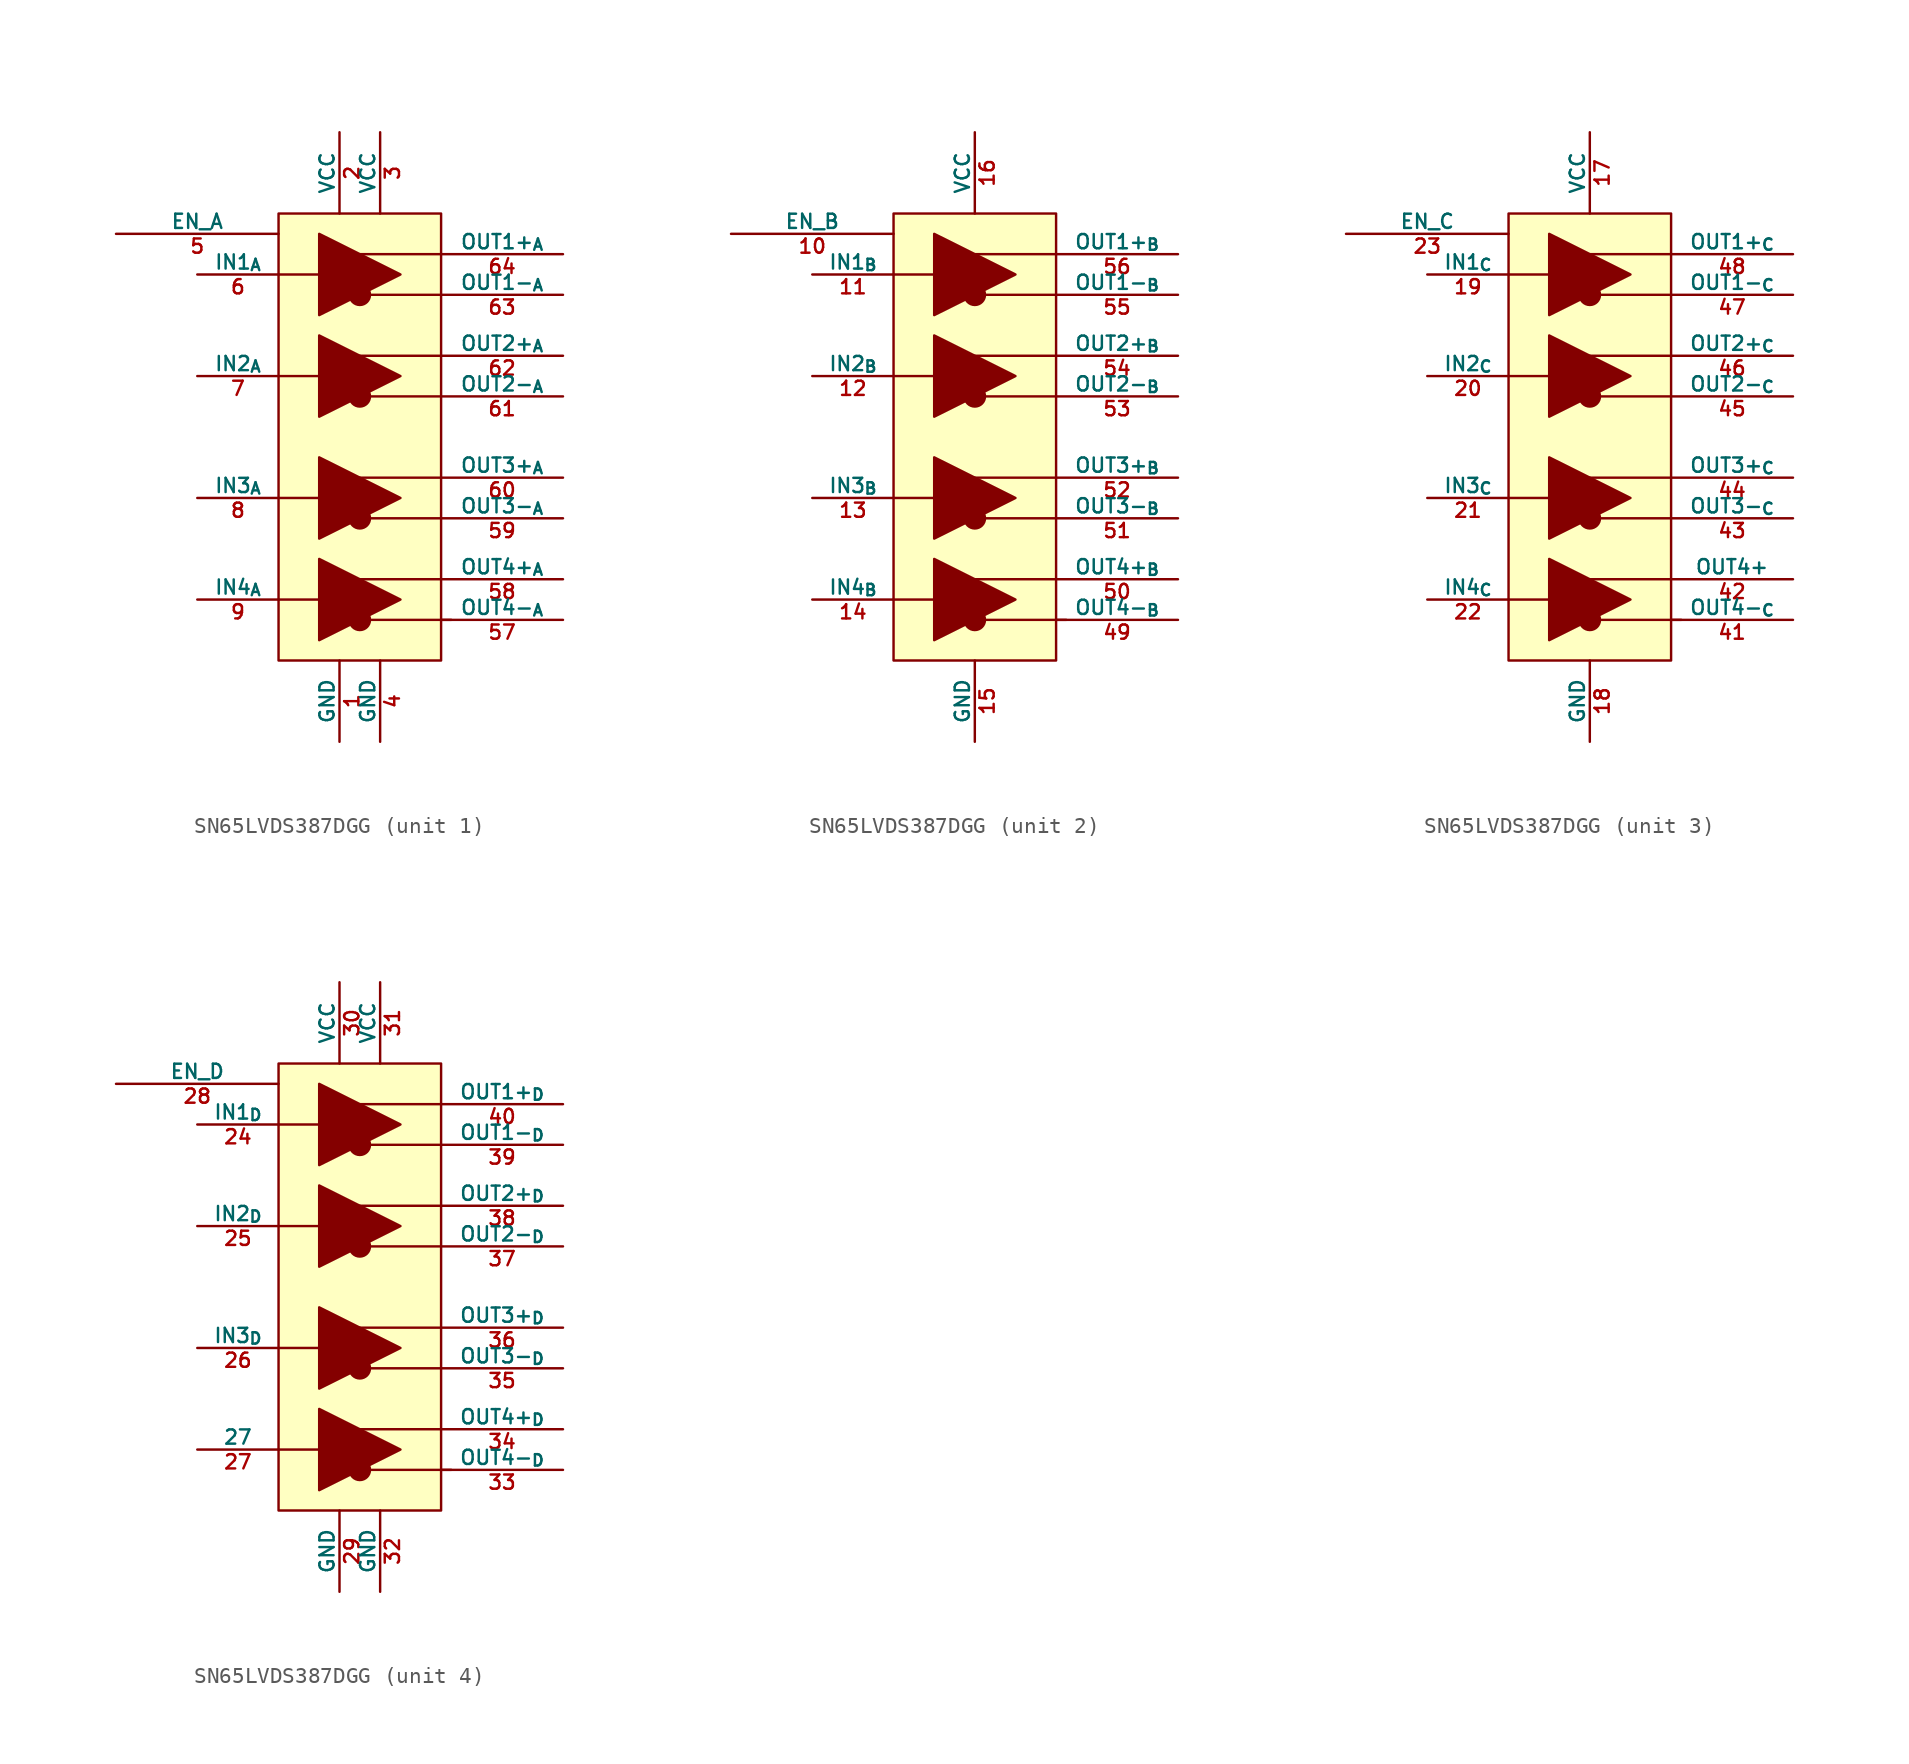
<source format=kicad_sym>
(kicad_symbol_lib
  (version 20241209)
  (generator "kicad_symbol_editor")
  (generator_version "9.0")
  (symbol "SN65LVDS387DGG"
    (pin_names
      (offset 0))
    (property "Reference" "U27"
      (at 20.32 6.35 0)
      (effects (font (size 1.27 1.27)) (justify left) (hide yes)))
    (property "ki_locked" ""
      (at 0 0 0)
      (effects (font (size 1.27 1.27))))
    (symbol "SN65LVDS387DGG_1_1"
      (rectangle (start -5.08 13.97) (end 5.08 -13.97) (stroke (width 0) (type default)) (fill (type background)))
      (polyline (pts (xy -2.54 12.7) (xy -2.54 7.62) (xy 2.54 10.16) (xy -2.54 12.7)) (stroke (width 0) (type default)) (fill (type outline)))
      (polyline (pts (xy -2.54 6.35) (xy -2.54 1.27) (xy 2.54 3.81) (xy -2.54 6.35)) (stroke (width 0) (type default)) (fill (type outline)))
      (polyline (pts (xy -2.54 -1.27) (xy -2.54 -6.35) (xy 2.54 -3.81) (xy -2.54 -1.27)) (stroke (width 0) (type default)) (fill (type outline)))
      (polyline (pts (xy -2.54 -7.62) (xy -2.54 -12.7) (xy 2.54 -10.16) (xy -2.54 -7.62)) (stroke (width 0) (type default)) (fill (type outline)))
      (polyline (pts (xy -1.27 10.16) (xy -5.08 10.16)) (stroke (width 0) (type default)) (fill (type none)))
      (polyline (pts (xy -1.27 3.81) (xy -5.08 3.81)) (stroke (width 0) (type default)) (fill (type none)))
      (polyline (pts (xy -1.27 -3.81) (xy -5.08 -3.81)) (stroke (width 0) (type default)) (fill (type none)))
      (polyline (pts (xy -1.27 -10.16) (xy -5.08 -10.16)) (stroke (width 0) (type default)) (fill (type none)))
      (circle (center 0 8.89) (radius 0.635) (stroke (width 0) (type default)) (fill (type outline)))
      (polyline (pts (xy 0 8.89) (xy 5.08 8.89)) (stroke (width 0) (type default)) (fill (type none)))
      (circle (center 0 2.54) (radius 0.635) (stroke (width 0) (type default)) (fill (type outline)))
      (polyline (pts (xy 0 2.54) (xy 5.08 2.54)) (stroke (width 0) (type default)) (fill (type none)))
      (polyline (pts (xy 0 -5.08) (xy 5.08 -5.08)) (stroke (width 0) (type default)) (fill (type none)))
      (circle (center 0 -5.08) (radius 0.635) (stroke (width 0) (type default)) (fill (type outline)))
      (polyline (pts (xy 0 -11.43) (xy 5.715 -11.43)) (stroke (width 0) (type default)) (fill (type none)))
      (circle (center 0 -11.43) (radius 0.635) (stroke (width 0) (type default)) (fill (type outline)))
      (polyline (pts (xy 5.08 11.43) (xy 0 11.43)) (stroke (width 0) (type default)) (fill (type none)))
      (polyline (pts (xy 5.08 5.08) (xy -1.27 5.08)) (stroke (width 0) (type default)) (fill (type none)))
      (polyline (pts (xy 5.08 -2.54) (xy -0.635 -2.54)) (stroke (width 0) (type default)) (fill (type none)))
      (polyline (pts (xy 5.08 -8.89) (xy 0 -8.89)) (stroke (width 0) (type default)) (fill (type none)))
      (pin input line (at -15.24 12.7 0) (length 10.16) (name "EN_A" (effects (font (size 0.889 0.889)))) (number "5" (effects (font (size 0.889 0.889)))))
      (pin input line (at -10.16 10.16 0) (length 5.08) (name "IN1_{A}" (effects (font (size 0.889 0.889)))) (number "6" (effects (font (size 0.889 0.889)))))
      (pin input line (at -10.16 3.81 0) (length 5.08) (name "IN2_{A}" (effects (font (size 0.889 0.889)))) (number "7" (effects (font (size 0.889 0.889)))))
      (pin input line (at -10.16 -3.81 0) (length 5.08) (name "IN3_{A}" (effects (font (size 0.889 0.889)))) (number "8" (effects (font (size 0.889 0.889)))))
      (pin input line (at -10.16 -10.16 0) (length 5.08) (name "IN4_{A}" (effects (font (size 0.889 0.889)))) (number "9" (effects (font (size 0.889 0.889)))))
      (pin power_in line (at -1.27 19.05 270) (length 5.08) (name "VCC" (effects (font (size 0.889 0.889)))) (number "2" (effects (font (size 0.889 0.889)))))
      (pin power_in line (at -1.27 -19.05 90) (length 5.08) (name "GND" (effects (font (size 0.889 0.889)))) (number "1" (effects (font (size 0.889 0.889)))))
      (pin power_in line (at 1.27 19.05 270) (length 5.08) (name "VCC" (effects (font (size 0.889 0.889)))) (number "3" (effects (font (size 0.889 0.889)))))
      (pin power_in line (at 1.27 -19.05 90) (length 5.08) (name "GND" (effects (font (size 0.889 0.889)))) (number "4" (effects (font (size 0.889 0.889)))))
      (pin output line (at 12.7 11.43 180) (length 7.62) (name "OUT1+_{A}" (effects (font (size 0.889 0.889)))) (number "64" (effects (font (size 0.889 0.889)))))
      (pin output line (at 12.7 8.89 180) (length 7.62) (name "OUT1-_{A}" (effects (font (size 0.889 0.889)))) (number "63" (effects (font (size 0.889 0.889)))))
      (pin output line (at 12.7 5.08 180) (length 7.62) (name "OUT2+_{A}" (effects (font (size 0.889 0.889)))) (number "62" (effects (font (size 0.889 0.889)))))
      (pin output line (at 12.7 2.54 180) (length 7.62) (name "OUT2-_{A}" (effects (font (size 0.889 0.889)))) (number "61" (effects (font (size 0.889 0.889)))))
      (pin output line (at 12.7 -2.54 180) (length 7.62) (name "OUT3+_{A}" (effects (font (size 0.889 0.889)))) (number "60" (effects (font (size 0.889 0.889)))))
      (pin output line (at 12.7 -5.08 180) (length 7.62) (name "OUT3-_{A}" (effects (font (size 0.889 0.889)))) (number "59" (effects (font (size 0.889 0.889)))))
      (pin output line (at 12.7 -8.89 180) (length 7.62) (name "OUT4+_{A}" (effects (font (size 0.889 0.889)))) (number "58" (effects (font (size 0.889 0.889)))))
      (pin output line (at 12.7 -11.43 180) (length 7.62) (name "OUT4-_{A}" (effects (font (size 0.889 0.889)))) (number "57" (effects (font (size 0.889 0.889))))))
    (symbol "SN65LVDS387DGG_2_1"
      (rectangle (start -5.08 13.97) (end 5.08 -13.97) (stroke (width 0) (type default)) (fill (type background)))
      (polyline (pts (xy -2.54 12.7) (xy -2.54 7.62) (xy 2.54 10.16) (xy -2.54 12.7)) (stroke (width 0) (type default)) (fill (type outline)))
      (polyline (pts (xy -2.54 6.35) (xy -2.54 1.27) (xy 2.54 3.81) (xy -2.54 6.35)) (stroke (width 0) (type default)) (fill (type outline)))
      (polyline (pts (xy -2.54 -1.27) (xy -2.54 -6.35) (xy 2.54 -3.81) (xy -2.54 -1.27)) (stroke (width 0) (type default)) (fill (type outline)))
      (polyline (pts (xy -2.54 -7.62) (xy -2.54 -12.7) (xy 2.54 -10.16) (xy -2.54 -7.62)) (stroke (width 0) (type default)) (fill (type outline)))
      (polyline (pts (xy -1.27 10.16) (xy -5.08 10.16)) (stroke (width 0) (type default)) (fill (type none)))
      (polyline (pts (xy -1.27 3.81) (xy -5.08 3.81)) (stroke (width 0) (type default)) (fill (type none)))
      (polyline (pts (xy -1.27 -3.81) (xy -5.08 -3.81)) (stroke (width 0) (type default)) (fill (type none)))
      (polyline (pts (xy -1.27 -10.16) (xy -5.08 -10.16)) (stroke (width 0) (type default)) (fill (type none)))
      (circle (center 0 8.89) (radius 0.635) (stroke (width 0) (type default)) (fill (type outline)))
      (polyline (pts (xy 0 8.89) (xy 5.08 8.89)) (stroke (width 0) (type default)) (fill (type none)))
      (circle (center 0 2.54) (radius 0.635) (stroke (width 0) (type default)) (fill (type outline)))
      (polyline (pts (xy 0 2.54) (xy 5.08 2.54)) (stroke (width 0) (type default)) (fill (type none)))
      (polyline (pts (xy 0 -5.08) (xy 5.08 -5.08)) (stroke (width 0) (type default)) (fill (type none)))
      (circle (center 0 -5.08) (radius 0.635) (stroke (width 0) (type default)) (fill (type outline)))
      (polyline (pts (xy 0 -11.43) (xy 5.715 -11.43)) (stroke (width 0) (type default)) (fill (type none)))
      (circle (center 0 -11.43) (radius 0.635) (stroke (width 0) (type default)) (fill (type outline)))
      (polyline (pts (xy 5.08 11.43) (xy 0 11.43)) (stroke (width 0) (type default)) (fill (type none)))
      (polyline (pts (xy 5.08 5.08) (xy -1.27 5.08)) (stroke (width 0) (type default)) (fill (type none)))
      (polyline (pts (xy 5.08 -2.54) (xy -0.635 -2.54)) (stroke (width 0) (type default)) (fill (type none)))
      (polyline (pts (xy 5.08 -8.89) (xy 0 -8.89)) (stroke (width 0) (type default)) (fill (type none)))
      (pin input line (at -15.24 12.7 0) (length 10.16) (name "EN_B" (effects (font (size 0.889 0.889)))) (number "10" (effects (font (size 0.889 0.889)))))
      (pin input line (at -10.16 10.16 0) (length 5.08) (name "IN1_{B}" (effects (font (size 0.889 0.889)))) (number "11" (effects (font (size 0.889 0.889)))))
      (pin input line (at -10.16 3.81 0) (length 5.08) (name "IN2_{B}" (effects (font (size 0.889 0.889)))) (number "12" (effects (font (size 0.889 0.889)))))
      (pin input line (at -10.16 -3.81 0) (length 5.08) (name "IN3_{B}" (effects (font (size 0.889 0.889)))) (number "13" (effects (font (size 0.889 0.889)))))
      (pin input line (at -10.16 -10.16 0) (length 5.08) (name "IN4_{B}" (effects (font (size 0.889 0.889)))) (number "14" (effects (font (size 0.889 0.889)))))
      (pin power_in line (at 0 19.05 270) (length 5.08) (name "VCC" (effects (font (size 0.889 0.889)))) (number "16" (effects (font (size 0.889 0.889)))))
      (pin power_in line (at 0 -19.05 90) (length 5.08) (name "GND" (effects (font (size 0.889 0.889)))) (number "15" (effects (font (size 0.889 0.889)))))
      (pin output line (at 12.7 11.43 180) (length 7.62) (name "OUT1+_{B}" (effects (font (size 0.889 0.889)))) (number "56" (effects (font (size 0.889 0.889)))))
      (pin output line (at 12.7 8.89 180) (length 7.62) (name "OUT1-_{B}" (effects (font (size 0.889 0.889)))) (number "55" (effects (font (size 0.889 0.889)))))
      (pin output line (at 12.7 5.08 180) (length 7.62) (name "OUT2+_{B}" (effects (font (size 0.889 0.889)))) (number "54" (effects (font (size 0.889 0.889)))))
      (pin output line (at 12.7 2.54 180) (length 7.62) (name "OUT2-_{B}" (effects (font (size 0.889 0.889)))) (number "53" (effects (font (size 0.889 0.889)))))
      (pin output line (at 12.7 -2.54 180) (length 7.62) (name "OUT3+_{B}" (effects (font (size 0.889 0.889)))) (number "52" (effects (font (size 0.889 0.889)))))
      (pin output line (at 12.7 -5.08 180) (length 7.62) (name "OUT3-_{B}" (effects (font (size 0.889 0.889)))) (number "51" (effects (font (size 0.889 0.889)))))
      (pin output line (at 12.7 -8.89 180) (length 7.62) (name "OUT4+_{B}" (effects (font (size 0.889 0.889)))) (number "50" (effects (font (size 0.889 0.889)))))
      (pin output line (at 12.7 -11.43 180) (length 7.62) (name "OUT4-_{B}" (effects (font (size 0.889 0.889)))) (number "49" (effects (font (size 0.889 0.889))))))
    (symbol "SN65LVDS387DGG_3_1"
      (rectangle (start -5.08 13.97) (end 5.08 -13.97) (stroke (width 0) (type default)) (fill (type background)))
      (polyline (pts (xy -2.54 12.7) (xy -2.54 7.62) (xy 2.54 10.16) (xy -2.54 12.7)) (stroke (width 0) (type default)) (fill (type outline)))
      (polyline (pts (xy -2.54 6.35) (xy -2.54 1.27) (xy 2.54 3.81) (xy -2.54 6.35)) (stroke (width 0) (type default)) (fill (type outline)))
      (polyline (pts (xy -2.54 -1.27) (xy -2.54 -6.35) (xy 2.54 -3.81) (xy -2.54 -1.27)) (stroke (width 0) (type default)) (fill (type outline)))
      (polyline (pts (xy -2.54 -7.62) (xy -2.54 -12.7) (xy 2.54 -10.16) (xy -2.54 -7.62)) (stroke (width 0) (type default)) (fill (type outline)))
      (polyline (pts (xy -1.27 10.16) (xy -5.08 10.16)) (stroke (width 0) (type default)) (fill (type none)))
      (polyline (pts (xy -1.27 3.81) (xy -5.08 3.81)) (stroke (width 0) (type default)) (fill (type none)))
      (polyline (pts (xy -1.27 -3.81) (xy -5.08 -3.81)) (stroke (width 0) (type default)) (fill (type none)))
      (polyline (pts (xy -1.27 -10.16) (xy -5.08 -10.16)) (stroke (width 0) (type default)) (fill (type none)))
      (circle (center 0 8.89) (radius 0.635) (stroke (width 0) (type default)) (fill (type outline)))
      (polyline (pts (xy 0 8.89) (xy 5.08 8.89)) (stroke (width 0) (type default)) (fill (type none)))
      (circle (center 0 2.54) (radius 0.635) (stroke (width 0) (type default)) (fill (type outline)))
      (polyline (pts (xy 0 2.54) (xy 5.08 2.54)) (stroke (width 0) (type default)) (fill (type none)))
      (polyline (pts (xy 0 -5.08) (xy 5.08 -5.08)) (stroke (width 0) (type default)) (fill (type none)))
      (circle (center 0 -5.08) (radius 0.635) (stroke (width 0) (type default)) (fill (type outline)))
      (polyline (pts (xy 0 -11.43) (xy 5.715 -11.43)) (stroke (width 0) (type default)) (fill (type none)))
      (circle (center 0 -11.43) (radius 0.635) (stroke (width 0) (type default)) (fill (type outline)))
      (polyline (pts (xy 5.08 11.43) (xy 0 11.43)) (stroke (width 0) (type default)) (fill (type none)))
      (polyline (pts (xy 5.08 5.08) (xy -1.27 5.08)) (stroke (width 0) (type default)) (fill (type none)))
      (polyline (pts (xy 5.08 -2.54) (xy -0.635 -2.54)) (stroke (width 0) (type default)) (fill (type none)))
      (polyline (pts (xy 5.08 -8.89) (xy 0 -8.89)) (stroke (width 0) (type default)) (fill (type none)))
      (pin input line (at -15.24 12.7 0) (length 10.16) (name "EN_C" (effects (font (size 0.889 0.889)))) (number "23" (effects (font (size 0.889 0.889)))))
      (pin input line (at -10.16 10.16 0) (length 5.08) (name "IN1_{C}" (effects (font (size 0.889 0.889)))) (number "19" (effects (font (size 0.889 0.889)))))
      (pin input line (at -10.16 3.81 0) (length 5.08) (name "IN2_{C}" (effects (font (size 0.889 0.889)))) (number "20" (effects (font (size 0.889 0.889)))))
      (pin input line (at -10.16 -3.81 0) (length 5.08) (name "IN3_{C}" (effects (font (size 0.889 0.889)))) (number "21" (effects (font (size 0.889 0.889)))))
      (pin input line (at -10.16 -10.16 0) (length 5.08) (name "IN4_{C}" (effects (font (size 0.889 0.889)))) (number "22" (effects (font (size 0.889 0.889)))))
      (pin power_in line (at 0 19.05 270) (length 5.08) (name "VCC" (effects (font (size 0.889 0.889)))) (number "17" (effects (font (size 0.889 0.889)))))
      (pin power_in line (at 0 -19.05 90) (length 5.08) (name "GND" (effects (font (size 0.889 0.889)))) (number "18" (effects (font (size 0.889 0.889)))))
      (pin output line (at 12.7 11.43 180) (length 7.62) (name "OUT1+_{C}" (effects (font (size 0.889 0.889)))) (number "48" (effects (font (size 0.889 0.889)))))
      (pin output line (at 12.7 8.89 180) (length 7.62) (name "OUT1-_{C}" (effects (font (size 0.889 0.889)))) (number "47" (effects (font (size 0.889 0.889)))))
      (pin output line (at 12.7 5.08 180) (length 7.62) (name "OUT2+_{C}" (effects (font (size 0.889 0.889)))) (number "46" (effects (font (size 0.889 0.889)))))
      (pin output line (at 12.7 2.54 180) (length 7.62) (name "OUT2-_{C}" (effects (font (size 0.889 0.889)))) (number "45" (effects (font (size 0.889 0.889)))))
      (pin output line (at 12.7 -2.54 180) (length 7.62) (name "OUT3+_{C}" (effects (font (size 0.889 0.889)))) (number "44" (effects (font (size 0.889 0.889)))))
      (pin output line (at 12.7 -5.08 180) (length 7.62) (name "OUT3-_{C}" (effects (font (size 0.889 0.889)))) (number "43" (effects (font (size 0.889 0.889)))))
      (pin output line (at 12.7 -8.89 180) (length 7.62) (name "OUT4+_{}" (effects (font (size 0.889 0.889)))) (number "42" (effects (font (size 0.889 0.889)))))
      (pin output line (at 12.7 -11.43 180) (length 7.62) (name "OUT4-_{C}" (effects (font (size 0.889 0.889)))) (number "41" (effects (font (size 0.889 0.889))))))
    (symbol "SN65LVDS387DGG_4_1"
      (rectangle (start -5.08 13.97) (end 5.08 -13.97) (stroke (width 0) (type default)) (fill (type background)))
      (polyline (pts (xy -2.54 12.7) (xy -2.54 7.62) (xy 2.54 10.16) (xy -2.54 12.7)) (stroke (width 0) (type default)) (fill (type outline)))
      (polyline (pts (xy -2.54 6.35) (xy -2.54 1.27) (xy 2.54 3.81) (xy -2.54 6.35)) (stroke (width 0) (type default)) (fill (type outline)))
      (polyline (pts (xy -2.54 -1.27) (xy -2.54 -6.35) (xy 2.54 -3.81) (xy -2.54 -1.27)) (stroke (width 0) (type default)) (fill (type outline)))
      (polyline (pts (xy -2.54 -7.62) (xy -2.54 -12.7) (xy 2.54 -10.16) (xy -2.54 -7.62)) (stroke (width 0) (type default)) (fill (type outline)))
      (polyline (pts (xy -1.27 10.16) (xy -5.08 10.16)) (stroke (width 0) (type default)) (fill (type none)))
      (polyline (pts (xy -1.27 3.81) (xy -5.08 3.81)) (stroke (width 0) (type default)) (fill (type none)))
      (polyline (pts (xy -1.27 -3.81) (xy -5.08 -3.81)) (stroke (width 0) (type default)) (fill (type none)))
      (polyline (pts (xy -1.27 -10.16) (xy -5.08 -10.16)) (stroke (width 0) (type default)) (fill (type none)))
      (circle (center 0 8.89) (radius 0.635) (stroke (width 0) (type default)) (fill (type outline)))
      (polyline (pts (xy 0 8.89) (xy 5.08 8.89)) (stroke (width 0) (type default)) (fill (type none)))
      (circle (center 0 2.54) (radius 0.635) (stroke (width 0) (type default)) (fill (type outline)))
      (polyline (pts (xy 0 2.54) (xy 5.08 2.54)) (stroke (width 0) (type default)) (fill (type none)))
      (polyline (pts (xy 0 -5.08) (xy 5.08 -5.08)) (stroke (width 0) (type default)) (fill (type none)))
      (circle (center 0 -5.08) (radius 0.635) (stroke (width 0) (type default)) (fill (type outline)))
      (polyline (pts (xy 0 -11.43) (xy 5.715 -11.43)) (stroke (width 0) (type default)) (fill (type none)))
      (circle (center 0 -11.43) (radius 0.635) (stroke (width 0) (type default)) (fill (type outline)))
      (polyline (pts (xy 5.08 11.43) (xy 0 11.43)) (stroke (width 0) (type default)) (fill (type none)))
      (polyline (pts (xy 5.08 5.08) (xy -1.27 5.08)) (stroke (width 0) (type default)) (fill (type none)))
      (polyline (pts (xy 5.08 -2.54) (xy -0.635 -2.54)) (stroke (width 0) (type default)) (fill (type none)))
      (polyline (pts (xy 5.08 -8.89) (xy 0 -8.89)) (stroke (width 0) (type default)) (fill (type none)))
      (pin input line (at -15.24 12.7 0) (length 10.16) (name "EN_D" (effects (font (size 0.889 0.889)))) (number "28" (effects (font (size 0.889 0.889)))))
      (pin input line (at -10.16 10.16 0) (length 5.08) (name "IN1_{D}" (effects (font (size 0.889 0.889)))) (number "24" (effects (font (size 0.889 0.889)))))
      (pin input line (at -10.16 3.81 0) (length 5.08) (name "IN2_{D}" (effects (font (size 0.889 0.889)))) (number "25" (effects (font (size 0.889 0.889)))))
      (pin input line (at -10.16 -3.81 0) (length 5.08) (name "IN3_{D}" (effects (font (size 0.889 0.889)))) (number "26" (effects (font (size 0.889 0.889)))))
      (pin input line (at -10.16 -10.16 0) (length 5.08) (name "27" (effects (font (size 0.889 0.889)))) (number "27" (effects (font (size 0.889 0.889)))))
      (pin power_in line (at -1.27 19.05 270) (length 5.08) (name "VCC" (effects (font (size 0.889 0.889)))) (number "30" (effects (font (size 0.889 0.889)))))
      (pin power_in line (at -1.27 -19.05 90) (length 5.08) (name "GND" (effects (font (size 0.889 0.889)))) (number "29" (effects (font (size 0.889 0.889)))))
      (pin power_in line (at 1.27 19.05 270) (length 5.08) (name "VCC" (effects (font (size 0.889 0.889)))) (number "31" (effects (font (size 0.889 0.889)))))
      (pin power_in line (at 1.27 -19.05 90) (length 5.08) (name "GND" (effects (font (size 0.889 0.889)))) (number "32" (effects (font (size 0.889 0.889)))))
      (pin output line (at 12.7 11.43 180) (length 7.62) (name "OUT1+_{D}" (effects (font (size 0.889 0.889)))) (number "40" (effects (font (size 0.889 0.889)))))
      (pin output line (at 12.7 8.89 180) (length 7.62) (name "OUT1-_{D}" (effects (font (size 0.889 0.889)))) (number "39" (effects (font (size 0.889 0.889)))))
      (pin output line (at 12.7 5.08 180) (length 7.62) (name "OUT2+_{D}" (effects (font (size 0.889 0.889)))) (number "38" (effects (font (size 0.889 0.889)))))
      (pin output line (at 12.7 2.54 180) (length 7.62) (name "OUT2-_{D}" (effects (font (size 0.889 0.889)))) (number "37" (effects (font (size 0.889 0.889)))))
      (pin output line (at 12.7 -2.54 180) (length 7.62) (name "OUT3+_{D}" (effects (font (size 0.889 0.889)))) (number "36" (effects (font (size 0.889 0.889)))))
      (pin output line (at 12.7 -5.08 180) (length 7.62) (name "OUT3-_{D}" (effects (font (size 0.889 0.889)))) (number "35" (effects (font (size 0.889 0.889)))))
      (pin output line (at 12.7 -8.89 180) (length 7.62) (name "OUT4+_{D}" (effects (font (size 0.889 0.889)))) (number "34" (effects (font (size 0.889 0.889)))))
      (pin output line (at 12.7 -11.43 180) (length 7.62) (name "OUT4-_{D}" (effects (font (size 0.889 0.889)))) (number "33" (effects (font (size 0.889 0.889))))))))
</source>
